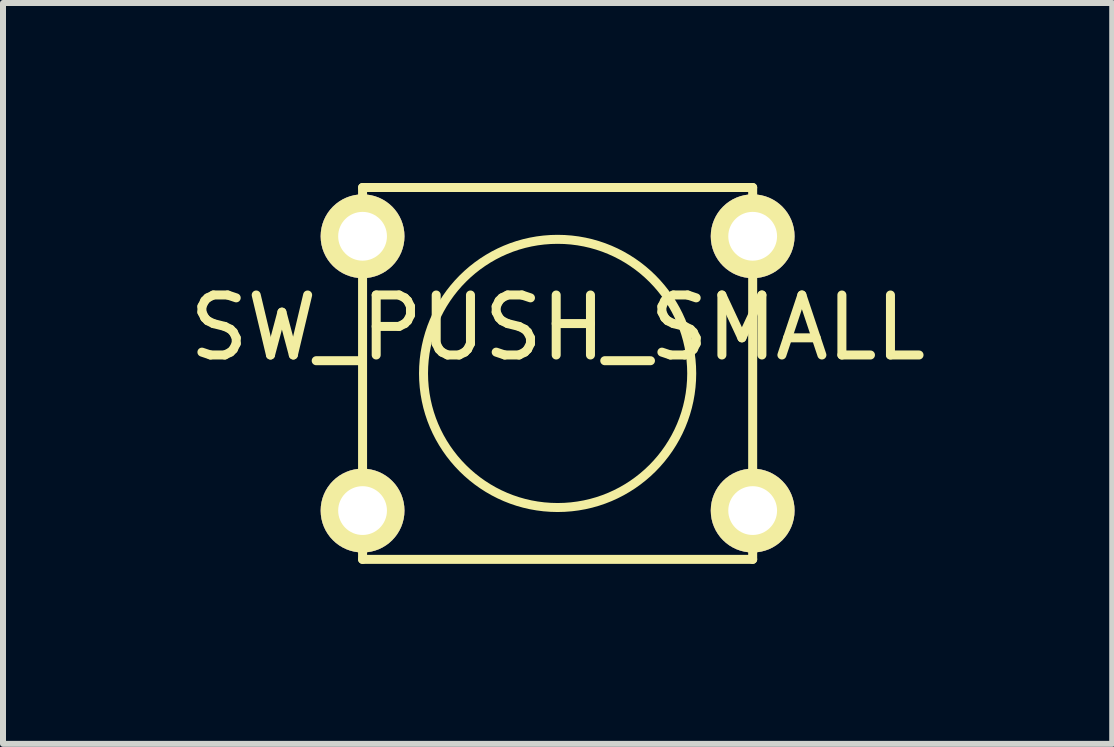
<source format=kicad_pcb>
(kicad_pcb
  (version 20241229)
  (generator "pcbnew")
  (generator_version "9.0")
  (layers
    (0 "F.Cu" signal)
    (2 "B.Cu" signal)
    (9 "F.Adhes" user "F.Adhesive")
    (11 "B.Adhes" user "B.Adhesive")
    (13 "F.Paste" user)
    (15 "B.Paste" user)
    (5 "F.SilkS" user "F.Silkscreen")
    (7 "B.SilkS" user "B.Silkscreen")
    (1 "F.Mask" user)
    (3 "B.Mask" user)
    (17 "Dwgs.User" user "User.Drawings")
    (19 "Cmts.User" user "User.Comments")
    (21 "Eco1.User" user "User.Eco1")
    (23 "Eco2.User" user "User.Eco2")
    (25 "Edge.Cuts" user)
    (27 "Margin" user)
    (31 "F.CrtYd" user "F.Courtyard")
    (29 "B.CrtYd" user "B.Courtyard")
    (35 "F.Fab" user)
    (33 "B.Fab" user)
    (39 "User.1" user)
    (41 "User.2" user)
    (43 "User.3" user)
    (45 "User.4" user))
  (footprint "SW_PUSH_SMALL"
    (layer "F.Cu")
    (at 6.244 3.174)
    (property "Reference" "SW_PUSH_SMALL" (at 0 -0.762 0) (layer "F.SilkS") (effects (font (size 1 1) (thickness 0.15))))
    (attr through_hole)
    (fp_line (start -3.251 -3.099) (end -3.251 3.099) (stroke (width 0.15) (type solid)) (layer "F.SilkS"))
    (fp_line (start -3.251 -3.099) (end 3.251 -3.099) (stroke (width 0.15) (type solid)) (layer "F.SilkS"))
    (fp_line (start -3.251 3.099) (end 3.251 3.099) (stroke (width 0.15) (type solid)) (layer "F.SilkS"))
    (fp_line (start 3.251 -3.099) (end 3.251 3.099) (stroke (width 0.15) (type solid)) (layer "F.SilkS"))
    (fp_circle (center 0 0) (end 0 -2.235) (stroke (width 0.15) (type solid)) (fill no) (layer "F.SilkS"))
    (pad "1" thru_hole circle (at -3.251 -2.286) (size 1.397 1.397) (drill 0.813) (layers "*.Cu" "*.Mask" "F.SilkS"))
    (pad "1" thru_hole circle (at 3.251 -2.286) (size 1.397 1.397) (drill 0.813) (layers "*.Cu" "*.Mask" "F.SilkS"))
    (pad "2" thru_hole circle (at -3.251 2.286) (size 1.397 1.397) (drill 0.813) (layers "*.Cu" "*.Mask" "F.SilkS"))
    (pad "2" thru_hole circle (at 3.251 2.286) (size 1.397 1.397) (drill 0.813) (layers "*.Cu" "*.Mask" "F.SilkS")))
  (gr_rect
    (start -3 -3)
    (end 15.488 9.348)
    (stroke (width 0.1) (type default))
    (fill no)
    (layer "Edge.Cuts")))
</source>
